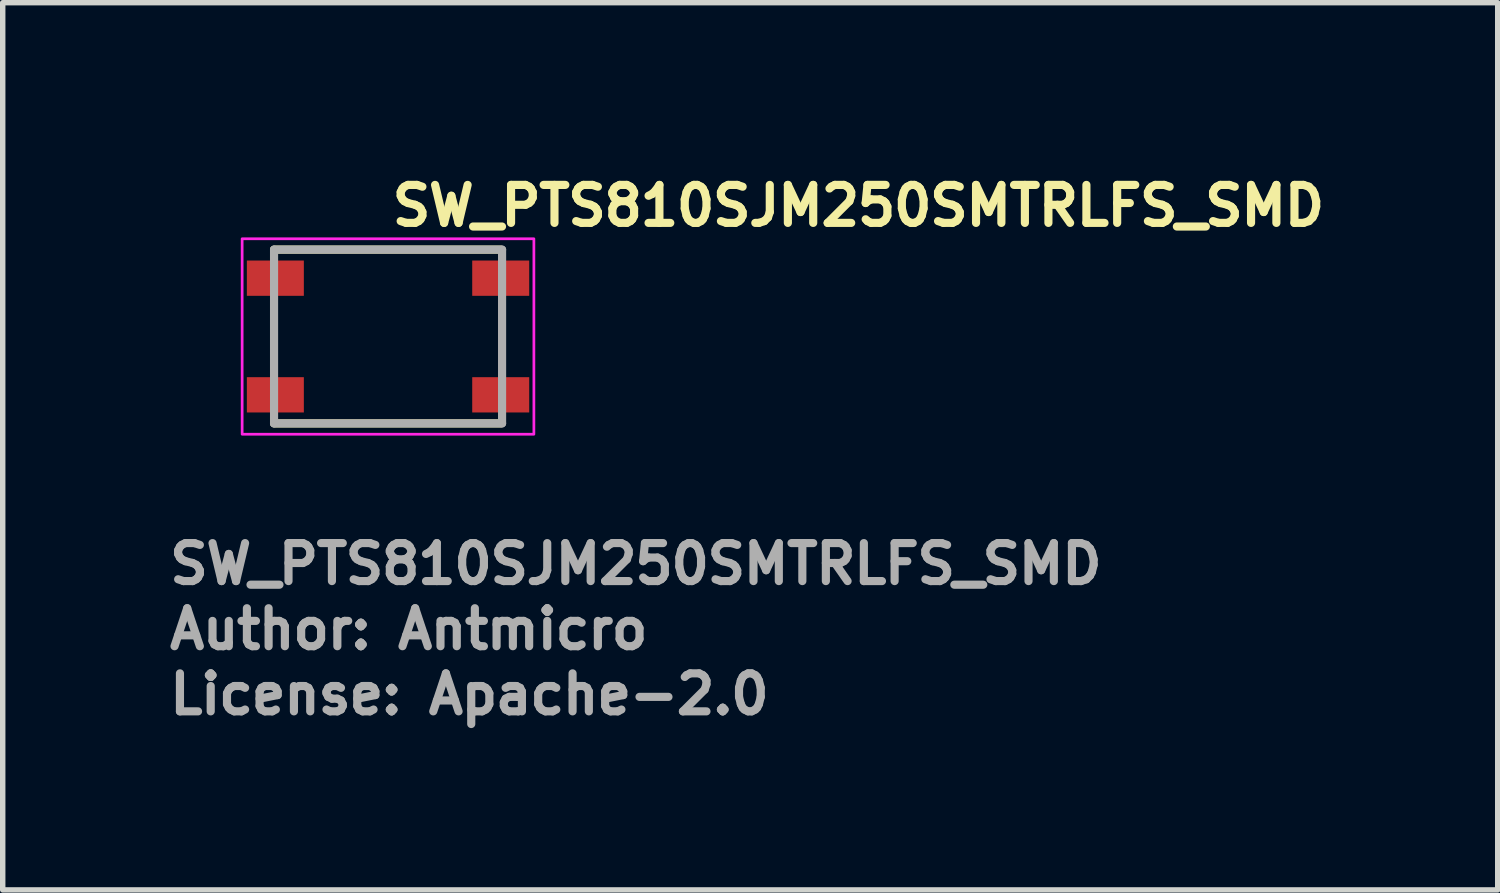
<source format=kicad_pcb>
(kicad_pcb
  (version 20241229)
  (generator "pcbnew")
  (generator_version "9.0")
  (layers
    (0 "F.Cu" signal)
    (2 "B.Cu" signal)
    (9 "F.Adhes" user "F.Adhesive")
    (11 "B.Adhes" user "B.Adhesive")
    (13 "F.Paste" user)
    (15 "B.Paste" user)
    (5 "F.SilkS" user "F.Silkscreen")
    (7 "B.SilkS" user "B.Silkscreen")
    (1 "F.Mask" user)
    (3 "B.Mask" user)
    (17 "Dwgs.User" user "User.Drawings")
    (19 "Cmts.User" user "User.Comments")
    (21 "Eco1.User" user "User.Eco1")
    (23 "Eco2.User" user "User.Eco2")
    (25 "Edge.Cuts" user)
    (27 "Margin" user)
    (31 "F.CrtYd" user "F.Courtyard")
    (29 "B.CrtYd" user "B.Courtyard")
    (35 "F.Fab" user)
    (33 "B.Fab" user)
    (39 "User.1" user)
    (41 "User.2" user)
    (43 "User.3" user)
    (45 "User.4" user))
  (footprint "SW_PTS810SJM250SMTRLFS_SMD"
    (layer "F.Cu")
    (at 4.1 3.15)
    (property "Reference" "SW_PTS810SJM250SMTRLFS_SMD" (at 0 -2 0) (layer "F.SilkS") (effects (font (size 0.7 0.7) (thickness 0.15)) (justify left bottom)))
    (attr smd)
    (fp_line (start -2.101 -1.601) (end 2.075 -1.601) (stroke (width 0.15) (type solid)) (layer "F.SilkS"))
    (fp_line (start -2.101 1.6) (end 2.075 1.6) (stroke (width 0.15) (type solid)) (layer "F.SilkS"))
    (fp_rect (start -2.689 -1.801) (end 2.686 1.8) (stroke (width 0.05) (type solid)) (fill no) (layer "F.CrtYd"))
    (fp_line (start -2.101 -1.601) (end 2.1 -1.601) (stroke (width 0.15) (type solid)) (layer "F.Fab"))
    (fp_line (start -2.101 1.6) (end -2.101 -1.601) (stroke (width 0.15) (type solid)) (layer "F.Fab"))
    (fp_line (start 2.1 -1.601) (end 2.1 1.6) (stroke (width 0.15) (type solid)) (layer "F.Fab"))
    (fp_line (start 2.1 1.6) (end -2.101 1.6) (stroke (width 0.15) (type solid)) (layer "F.Fab"))
    (fp_rect (start -2.289 -1.601) (end 2.286 1.6) (stroke (width 0.1) (type solid)) (fill no) (layer "User.5"))
    (fp_line (start -2.289 -1.351) (end -2.289 -0.802) (stroke (width 0.02) (type solid)) (layer "User.9"))
    (fp_line (start -2.289 -1.351) (end -2.191 -1.351) (stroke (width 0.02) (type solid)) (layer "User.9"))
    (fp_line (start -2.289 -0.802) (end -2.191 -0.802) (stroke (width 0.02) (type solid)) (layer "User.9"))
    (fp_line (start -2.289 0.8) (end -2.289 1.35) (stroke (width 0.02) (type solid)) (layer "User.9"))
    (fp_line (start -2.289 0.8) (end -2.191 0.8) (stroke (width 0.02) (type solid)) (layer "User.9"))
    (fp_line (start -2.289 1.35) (end -2.191 1.35) (stroke (width 0.02) (type solid)) (layer "User.9"))
    (fp_line (start -2.191 -0.802) (end -2.191 -1.351) (stroke (width 0.02) (type solid)) (layer "User.9"))
    (fp_line (start -2.191 -0.802) (end -2.101 -0.802) (stroke (width 0.02) (type solid)) (layer "User.9"))
    (fp_line (start -2.191 1.35) (end -2.191 0.8) (stroke (width 0.02) (type solid)) (layer "User.9"))
    (fp_line (start -2.191 1.35) (end -2.101 1.35) (stroke (width 0.02) (type solid)) (layer "User.9"))
    (fp_line (start -2.101 -1.412) (end -2.1 -1.422) (stroke (width 0.02) (type solid)) (layer "User.9"))
    (fp_line (start -2.101 -1.401) (end -2.101 -1.412) (stroke (width 0.02) (type solid)) (layer "User.9"))
    (fp_line (start -2.101 -1.401) (end -2.101 -0.402) (stroke (width 0.02) (type solid)) (layer "User.9"))
    (fp_line (start -2.101 -1.351) (end -2.191 -1.351) (stroke (width 0.02) (type solid)) (layer "User.9"))
    (fp_line (start -2.101 -0.402) (end -2.101 0.4) (stroke (width 0.02) (type solid)) (layer "User.9"))
    (fp_line (start -2.101 0.4) (end -2.101 1.398) (stroke (width 0.02) (type solid)) (layer "User.9"))
    (fp_line (start -2.101 0.4) (end -0.902 1.6) (stroke (width 0.02) (type solid)) (layer "User.9"))
    (fp_line (start -2.101 0.8) (end -2.191 0.8) (stroke (width 0.02) (type solid)) (layer "User.9"))
    (fp_line (start -2.101 1.409) (end -2.101 1.398) (stroke (width 0.02) (type solid)) (layer "User.9"))
    (fp_line (start -2.1 -1.422) (end -2.098 -1.432) (stroke (width 0.02) (type solid)) (layer "User.9"))
    (fp_line (start -2.1 1.419) (end -2.101 1.409) (stroke (width 0.02) (type solid)) (layer "User.9"))
    (fp_line (start -2.098 -1.432) (end -2.097 -1.442) (stroke (width 0.02) (type solid)) (layer "User.9"))
    (fp_line (start -2.098 1.429) (end -2.1 1.419) (stroke (width 0.02) (type solid)) (layer "User.9"))
    (fp_line (start -2.097 -1.442) (end -2.094 -1.45) (stroke (width 0.02) (type solid)) (layer "User.9"))
    (fp_line (start -2.097 1.439) (end -2.098 1.429) (stroke (width 0.02) (type solid)) (layer "User.9"))
    (fp_line (start -2.094 -1.45) (end -2.093 -1.46) (stroke (width 0.02) (type solid)) (layer "User.9"))
    (fp_line (start -2.094 1.449) (end -2.097 1.439) (stroke (width 0.02) (type solid)) (layer "User.9"))
    (fp_line (start -2.093 -1.46) (end -2.089 -1.47) (stroke (width 0.02) (type solid)) (layer "User.9"))
    (fp_line (start -2.093 1.459) (end -2.094 1.449) (stroke (width 0.02) (type solid)) (layer "User.9"))
    (fp_line (start -2.089 -1.47) (end -2.085 -1.478) (stroke (width 0.02) (type solid)) (layer "User.9"))
    (fp_line (start -2.089 1.467) (end -2.093 1.459) (stroke (width 0.02) (type solid)) (layer "User.9"))
    (fp_line (start -2.085 -1.478) (end -2.081 -1.488) (stroke (width 0.02) (type solid)) (layer "User.9"))
    (fp_line (start -2.085 1.477) (end -2.089 1.467) (stroke (width 0.02) (type solid)) (layer "User.9"))
    (fp_line (start -2.081 -1.488) (end -2.077 -1.496) (stroke (width 0.02) (type solid)) (layer "User.9"))
    (fp_line (start -2.081 1.485) (end -2.085 1.477) (stroke (width 0.02) (type solid)) (layer "User.9"))
    (fp_line (start -2.077 -1.496) (end -2.073 -1.504) (stroke (width 0.02) (type solid)) (layer "User.9"))
    (fp_line (start -2.077 1.495) (end -2.081 1.485) (stroke (width 0.02) (type solid)) (layer "User.9"))
    (fp_line (start -2.073 -1.504) (end -2.066 -1.512) (stroke (width 0.02) (type solid)) (layer "User.9"))
    (fp_line (start -2.073 1.503) (end -2.077 1.495) (stroke (width 0.02) (type solid)) (layer "User.9"))
    (fp_line (start -2.066 -1.512) (end -2.061 -1.52) (stroke (width 0.02) (type solid)) (layer "User.9"))
    (fp_line (start -2.066 1.511) (end -2.073 1.503) (stroke (width 0.02) (type solid)) (layer "User.9"))
    (fp_line (start -2.061 -1.52) (end -2.056 -1.528) (stroke (width 0.02) (type solid)) (layer "User.9"))
    (fp_line (start -2.061 1.519) (end -2.066 1.511) (stroke (width 0.02) (type solid)) (layer "User.9"))
    (fp_line (start -2.056 -1.528) (end -2.049 -1.536) (stroke (width 0.02) (type solid)) (layer "User.9"))
    (fp_line (start -2.056 1.527) (end -2.061 1.519) (stroke (width 0.02) (type solid)) (layer "User.9"))
    (fp_line (start -2.05 0.45) (end -2.05 -0.452) (stroke (width 0.02) (type solid)) (layer "User.9"))
    (fp_line (start -2.049 -1.536) (end -2.043 -1.543) (stroke (width 0.02) (type solid)) (layer "User.9"))
    (fp_line (start -2.049 1.533) (end -2.056 1.527) (stroke (width 0.02) (type solid)) (layer "User.9"))
    (fp_line (start -2.043 -1.543) (end -2.036 -1.549) (stroke (width 0.02) (type solid)) (layer "User.9"))
    (fp_line (start -2.043 1.54) (end -2.049 1.533) (stroke (width 0.02) (type solid)) (layer "User.9"))
    (fp_line (start -2.036 -1.549) (end -2.028 -1.555) (stroke (width 0.02) (type solid)) (layer "User.9"))
    (fp_line (start -2.036 1.548) (end -2.043 1.54) (stroke (width 0.02) (type solid)) (layer "User.9"))
    (fp_line (start -2.028 -1.555) (end -2.02 -1.561) (stroke (width 0.02) (type solid)) (layer "User.9"))
    (fp_line (start -2.028 1.554) (end -2.036 1.548) (stroke (width 0.02) (type solid)) (layer "User.9"))
    (fp_line (start -2.02 -1.561) (end -2.012 -1.567) (stroke (width 0.02) (type solid)) (layer "User.9"))
    (fp_line (start -2.02 1.56) (end -2.028 1.554) (stroke (width 0.02) (type solid)) (layer "User.9"))
    (fp_line (start -2.012 -1.567) (end -2.004 -1.573) (stroke (width 0.02) (type solid)) (layer "User.9"))
    (fp_line (start -2.012 1.564) (end -2.02 1.56) (stroke (width 0.02) (type solid)) (layer "User.9"))
    (fp_line (start -2.004 -1.573) (end -1.996 -1.577) (stroke (width 0.02) (type solid)) (layer "User.9"))
    (fp_line (start -2.004 1.57) (end -2.012 1.564) (stroke (width 0.02) (type solid)) (layer "User.9"))
    (fp_line (start -1.996 -1.577) (end -1.988 -1.581) (stroke (width 0.02) (type solid)) (layer "User.9"))
    (fp_line (start -1.996 1.574) (end -2.004 1.57) (stroke (width 0.02) (type solid)) (layer "User.9"))
    (fp_line (start -1.988 -1.581) (end -1.978 -1.585) (stroke (width 0.02) (type solid)) (layer "User.9"))
    (fp_line (start -1.988 1.58) (end -1.996 1.574) (stroke (width 0.02) (type solid)) (layer "User.9"))
    (fp_line (start -1.978 -1.585) (end -1.97 -1.589) (stroke (width 0.02) (type solid)) (layer "User.9"))
    (fp_line (start -1.978 1.584) (end -1.988 1.58) (stroke (width 0.02) (type solid)) (layer "User.9"))
    (fp_line (start -1.97 -1.589) (end -1.96 -1.593) (stroke (width 0.02) (type solid)) (layer "User.9"))
    (fp_line (start -1.97 1.586) (end -1.978 1.584) (stroke (width 0.02) (type solid)) (layer "User.9"))
    (fp_line (start -1.96 -1.593) (end -1.95 -1.595) (stroke (width 0.02) (type solid)) (layer "User.9"))
    (fp_line (start -1.96 1.59) (end -1.97 1.586) (stroke (width 0.02) (type solid)) (layer "User.9"))
    (fp_line (start -1.95 -1.595) (end -1.942 -1.597) (stroke (width 0.02) (type solid)) (layer "User.9"))
    (fp_line (start -1.95 1.592) (end -1.96 1.59) (stroke (width 0.02) (type solid)) (layer "User.9"))
    (fp_line (start -1.942 -1.597) (end -1.932 -1.599) (stroke (width 0.02) (type solid)) (layer "User.9"))
    (fp_line (start -1.942 1.594) (end -1.95 1.592) (stroke (width 0.02) (type solid)) (layer "User.9"))
    (fp_line (start -1.932 -1.599) (end -1.922 -1.599) (stroke (width 0.02) (type solid)) (layer "User.9"))
    (fp_line (start -1.932 1.596) (end -1.942 1.594) (stroke (width 0.02) (type solid)) (layer "User.9"))
    (fp_line (start -1.922 -1.599) (end -1.911 -1.601) (stroke (width 0.02) (type solid)) (layer "User.9"))
    (fp_line (start -1.922 1.598) (end -1.932 1.596) (stroke (width 0.02) (type solid)) (layer "User.9"))
    (fp_line (start -1.911 -1.601) (end -1.901 -1.601) (stroke (width 0.02) (type solid)) (layer "User.9"))
    (fp_line (start -1.911 1.598) (end -1.922 1.598) (stroke (width 0.02) (type solid)) (layer "User.9"))
    (fp_line (start -1.901 1.6) (end -1.911 1.598) (stroke (width 0.02) (type solid)) (layer "User.9"))
    (fp_line (start -1.901 1.6) (end -0.902 1.6) (stroke (width 0.02) (type solid)) (layer "User.9"))
    (fp_line (start -1.601 0) (end -1.599 0.076) (stroke (width 0.02) (type solid)) (layer "User.9"))
    (fp_line (start -1.599 -0.078) (end -1.601 0) (stroke (width 0.02) (type solid)) (layer "User.9"))
    (fp_line (start -1.599 0.076) (end -1.591 0.154) (stroke (width 0.02) (type solid)) (layer "User.9"))
    (fp_line (start -1.591 -0.156) (end -1.599 -0.078) (stroke (width 0.02) (type solid)) (layer "User.9"))
    (fp_line (start -1.591 0.154) (end -1.579 0.231) (stroke (width 0.02) (type solid)) (layer "User.9"))
    (fp_line (start -1.579 -0.233) (end -1.591 -0.156) (stroke (width 0.02) (type solid)) (layer "User.9"))
    (fp_line (start -1.579 0.231) (end -1.561 0.307) (stroke (width 0.02) (type solid)) (layer "User.9"))
    (fp_line (start -1.561 -0.309) (end -1.579 -0.233) (stroke (width 0.02) (type solid)) (layer "User.9"))
    (fp_line (start -1.561 0.307) (end -1.539 0.382) (stroke (width 0.02) (type solid)) (layer "User.9"))
    (fp_line (start -1.539 -0.384) (end -1.561 -0.309) (stroke (width 0.02) (type solid)) (layer "User.9"))
    (fp_line (start -1.539 0.382) (end -1.51 0.457) (stroke (width 0.02) (type solid)) (layer "User.9"))
    (fp_line (start -1.51 -0.459) (end -1.539 -0.384) (stroke (width 0.02) (type solid)) (layer "User.9"))
    (fp_line (start -1.51 0.457) (end -1.478 0.529) (stroke (width 0.02) (type solid)) (layer "User.9"))
    (fp_line (start -1.5 0) (end -1.498 -0.073) (stroke (width 0.02) (type solid)) (layer "User.9"))
    (fp_line (start -1.498 -0.073) (end -1.492 -0.144) (stroke (width 0.02) (type solid)) (layer "User.9"))
    (fp_line (start -1.498 0.071) (end -1.5 0) (stroke (width 0.02) (type solid)) (layer "User.9"))
    (fp_line (start -1.492 -0.144) (end -1.48 -0.213) (stroke (width 0.02) (type solid)) (layer "User.9"))
    (fp_line (start -1.492 0.142) (end -1.498 0.071) (stroke (width 0.02) (type solid)) (layer "User.9"))
    (fp_line (start -1.48 -0.213) (end -1.464 -0.284) (stroke (width 0.02) (type solid)) (layer "User.9"))
    (fp_line (start -1.48 0.211) (end -1.492 0.142) (stroke (width 0.02) (type solid)) (layer "User.9"))
    (fp_line (start -1.478 -0.531) (end -1.51 -0.459) (stroke (width 0.02) (type solid)) (layer "User.9"))
    (fp_line (start -1.478 0.529) (end -1.44 0.598) (stroke (width 0.02) (type solid)) (layer "User.9"))
    (fp_line (start -1.464 -0.284) (end -1.444 -0.352) (stroke (width 0.02) (type solid)) (layer "User.9"))
    (fp_line (start -1.464 0.282) (end -1.48 0.211) (stroke (width 0.02) (type solid)) (layer "User.9"))
    (fp_line (start -1.444 -0.352) (end -1.418 -0.419) (stroke (width 0.02) (type solid)) (layer "User.9"))
    (fp_line (start -1.444 0.351) (end -1.464 0.282) (stroke (width 0.02) (type solid)) (layer "User.9"))
    (fp_line (start -1.44 -0.6) (end -1.478 -0.531) (stroke (width 0.02) (type solid)) (layer "User.9"))
    (fp_line (start -1.44 -0.6) (end -1.44 -0.6) (stroke (width 0.02) (type solid)) (layer "User.9"))
    (fp_line (start -1.44 0.598) (end -1.44 0.598) (stroke (width 0.02) (type solid)) (layer "User.9"))
    (fp_line (start -1.44 0.598) (end -1.42 0.633) (stroke (width 0.02) (type solid)) (layer "User.9"))
    (fp_line (start -1.42 0.633) (end -1.397 0.667) (stroke (width 0.02) (type solid)) (layer "User.9"))
    (fp_line (start -1.418 -0.419) (end -1.389 -0.486) (stroke (width 0.02) (type solid)) (layer "User.9"))
    (fp_line (start -1.418 0.417) (end -1.444 0.351) (stroke (width 0.02) (type solid)) (layer "User.9"))
    (fp_line (start -1.397 -0.669) (end -1.44 -0.6) (stroke (width 0.02) (type solid)) (layer "User.9"))
    (fp_line (start -1.397 0.667) (end -1.375 0.7) (stroke (width 0.02) (type solid)) (layer "User.9"))
    (fp_line (start -1.389 -0.486) (end -1.353 -0.552) (stroke (width 0.02) (type solid)) (layer "User.9"))
    (fp_line (start -1.389 0.484) (end -1.418 0.417) (stroke (width 0.02) (type solid)) (layer "User.9"))
    (fp_line (start -1.375 0.7) (end -1.351 0.731) (stroke (width 0.02) (type solid)) (layer "User.9"))
    (fp_line (start -1.353 -0.552) (end -1.353 -0.552) (stroke (width 0.02) (type solid)) (layer "User.9"))
    (fp_line (start -1.353 -0.552) (end -1.335 -0.582) (stroke (width 0.02) (type solid)) (layer "User.9"))
    (fp_line (start -1.353 0.55) (end -1.389 0.484) (stroke (width 0.02) (type solid)) (layer "User.9"))
    (fp_line (start -1.353 0.55) (end -1.353 0.55) (stroke (width 0.02) (type solid)) (layer "User.9"))
    (fp_line (start -1.351 -0.733) (end -1.397 -0.669) (stroke (width 0.02) (type solid)) (layer "User.9"))
    (fp_line (start -1.351 0.731) (end -1.327 0.762) (stroke (width 0.02) (type solid)) (layer "User.9"))
    (fp_line (start -1.335 -0.582) (end -1.315 -0.613) (stroke (width 0.02) (type solid)) (layer "User.9"))
    (fp_line (start -1.327 0.762) (end -1.301 0.793) (stroke (width 0.02) (type solid)) (layer "User.9"))
    (fp_line (start -1.315 -0.613) (end -1.295 -0.644) (stroke (width 0.02) (type solid)) (layer "User.9"))
    (fp_line (start -1.315 0.611) (end -1.353 0.55) (stroke (width 0.02) (type solid)) (layer "User.9"))
    (fp_line (start -1.301 -0.795) (end -1.351 -0.733) (stroke (width 0.02) (type solid)) (layer "User.9"))
    (fp_line (start -1.301 0.793) (end -1.276 0.822) (stroke (width 0.02) (type solid)) (layer "User.9"))
    (fp_line (start -1.295 -0.644) (end -1.272 -0.673) (stroke (width 0.02) (type solid)) (layer "User.9"))
    (fp_line (start -1.276 0.822) (end -1.248 0.849) (stroke (width 0.02) (type solid)) (layer "User.9"))
    (fp_line (start -1.272 -0.673) (end -1.25 -0.701) (stroke (width 0.02) (type solid)) (layer "User.9"))
    (fp_line (start -1.272 0.671) (end -1.315 0.611) (stroke (width 0.02) (type solid)) (layer "User.9"))
    (fp_line (start -1.25 -0.701) (end -1.226 -0.728) (stroke (width 0.02) (type solid)) (layer "User.9"))
    (fp_line (start -1.248 -0.851) (end -1.301 -0.795) (stroke (width 0.02) (type solid)) (layer "User.9"))
    (fp_line (start -1.248 0.849) (end -1.22 0.876) (stroke (width 0.02) (type solid)) (layer "User.9"))
    (fp_line (start -1.226 -0.728) (end -1.202 -0.754) (stroke (width 0.02) (type solid)) (layer "User.9"))
    (fp_line (start -1.226 0.726) (end -1.272 0.671) (stroke (width 0.02) (type solid)) (layer "User.9"))
    (fp_line (start -1.22 0.876) (end -1.19 0.903) (stroke (width 0.02) (type solid)) (layer "User.9"))
    (fp_line (start -1.202 -0.754) (end -1.178 -0.781) (stroke (width 0.02) (type solid)) (layer "User.9"))
    (fp_line (start -1.19 -0.905) (end -1.248 -0.851) (stroke (width 0.02) (type solid)) (layer "User.9"))
    (fp_line (start -1.19 0.903) (end -1.16 0.928) (stroke (width 0.02) (type solid)) (layer "User.9"))
    (fp_line (start -1.178 -0.781) (end -1.151 -0.806) (stroke (width 0.02) (type solid)) (layer "User.9"))
    (fp_line (start -1.178 0.779) (end -1.226 0.726) (stroke (width 0.02) (type solid)) (layer "User.9"))
    (fp_line (start -1.16 0.928) (end -1.131 0.953) (stroke (width 0.02) (type solid)) (layer "User.9"))
    (fp_line (start -1.151 -0.806) (end -1.125 -0.83) (stroke (width 0.02) (type solid)) (layer "User.9"))
    (fp_line (start -1.131 -0.955) (end -1.19 -0.905) (stroke (width 0.02) (type solid)) (layer "User.9"))
    (fp_line (start -1.131 0.953) (end -1.099 0.975) (stroke (width 0.02) (type solid)) (layer "User.9"))
    (fp_line (start -1.125 -0.83) (end -1.097 -0.852) (stroke (width 0.02) (type solid)) (layer "User.9"))
    (fp_line (start -1.125 0.828) (end -1.178 0.779) (stroke (width 0.02) (type solid)) (layer "User.9"))
    (fp_line (start -1.099 0.975) (end -1.067 0.997) (stroke (width 0.02) (type solid)) (layer "User.9"))
    (fp_line (start -1.097 -0.852) (end -1.069 -0.874) (stroke (width 0.02) (type solid)) (layer "User.9"))
    (fp_line (start -1.069 -0.874) (end -1.041 -0.895) (stroke (width 0.02) (type solid)) (layer "User.9"))
    (fp_line (start -1.069 0.872) (end -1.125 0.828) (stroke (width 0.02) (type solid)) (layer "User.9"))
    (fp_line (start -1.067 -0.999) (end -1.131 -0.955) (stroke (width 0.02) (type solid)) (layer "User.9"))
    (fp_line (start -1.067 0.997) (end -1.035 1.019) (stroke (width 0.02) (type solid)) (layer "User.9"))
    (fp_line (start -1.041 -0.895) (end -1.012 -0.917) (stroke (width 0.02) (type solid)) (layer "User.9"))
    (fp_line (start -1.035 1.019) (end -1 1.038) (stroke (width 0.02) (type solid)) (layer "User.9"))
    (fp_line (start -1.012 -0.917) (end -0.981 -0.936) (stroke (width 0.02) (type solid)) (layer "User.9"))
    (fp_line (start -1.012 0.915) (end -1.069 0.872) (stroke (width 0.02) (type solid)) (layer "User.9"))
    (fp_line (start -1 -1.041) (end -1.067 -0.999) (stroke (width 0.02) (type solid)) (layer "User.9"))
    (fp_line (start -1 1.038) (end -0.967 1.058) (stroke (width 0.02) (type solid)) (layer "User.9"))
    (fp_line (start -0.981 -0.936) (end -0.951 -0.954) (stroke (width 0.02) (type solid)) (layer "User.9"))
    (fp_line (start -0.967 1.058) (end -0.933 1.074) (stroke (width 0.02) (type solid)) (layer "User.9"))
    (fp_line (start -0.951 -1.551) (end 0.949 -1.551) (stroke (width 0.02) (type solid)) (layer "User.9"))
    (fp_line (start -0.951 -0.954) (end -0.92 -0.97) (stroke (width 0.02) (type solid)) (layer "User.9"))
    (fp_line (start -0.951 0.952) (end -1.012 0.915) (stroke (width 0.02) (type solid)) (layer "User.9"))
    (fp_line (start -0.933 -1.077) (end -1 -1.041) (stroke (width 0.02) (type solid)) (layer "User.9"))
    (fp_line (start -0.933 1.074) (end -0.898 1.092) (stroke (width 0.02) (type solid)) (layer "User.9"))
    (fp_line (start -0.92 -0.97) (end -0.888 -0.987) (stroke (width 0.02) (type solid)) (layer "User.9"))
    (fp_line (start -0.902 -1.601) (end -2.101 -0.402) (stroke (width 0.02) (type solid)) (layer "User.9"))
    (fp_line (start -0.902 -1.601) (end -1.901 -1.601) (stroke (width 0.02) (type solid)) (layer "User.9"))
    (fp_line (start -0.902 1.6) (end 0.9 1.6) (stroke (width 0.02) (type solid)) (layer "User.9"))
    (fp_line (start -0.898 1.092) (end -0.861 1.108) (stroke (width 0.02) (type solid)) (layer "User.9"))
    (fp_line (start -0.888 -0.987) (end -0.856 -1.002) (stroke (width 0.02) (type solid)) (layer "User.9"))
    (fp_line (start -0.888 0.985) (end -0.951 0.952) (stroke (width 0.02) (type solid)) (layer "User.9"))
    (fp_line (start -0.861 -1.109) (end -0.933 -1.077) (stroke (width 0.02) (type solid)) (layer "User.9"))
    (fp_line (start -0.861 1.108) (end -0.826 1.122) (stroke (width 0.02) (type solid)) (layer "User.9"))
    (fp_line (start -0.856 -1.002) (end -0.824 -1.016) (stroke (width 0.02) (type solid)) (layer "User.9"))
    (fp_line (start -0.826 1.122) (end -0.789 1.134) (stroke (width 0.02) (type solid)) (layer "User.9"))
    (fp_line (start -0.824 -1.016) (end -0.791 -1.029) (stroke (width 0.02) (type solid)) (layer "User.9"))
    (fp_line (start -0.824 1.015) (end -0.888 0.985) (stroke (width 0.02) (type solid)) (layer "User.9"))
    (fp_line (start -0.791 -1.029) (end -0.756 -1.041) (stroke (width 0.02) (type solid)) (layer "User.9"))
    (fp_line (start -0.789 -1.137) (end -0.861 -1.109) (stroke (width 0.02) (type solid)) (layer "User.9"))
    (fp_line (start -0.789 1.134) (end -0.751 1.146) (stroke (width 0.02) (type solid)) (layer "User.9"))
    (fp_line (start -0.756 -1.041) (end -0.722 -1.053) (stroke (width 0.02) (type solid)) (layer "User.9"))
    (fp_line (start -0.756 1.04) (end -0.824 1.015) (stroke (width 0.02) (type solid)) (layer "User.9"))
    (fp_line (start -0.751 1.146) (end -0.714 1.157) (stroke (width 0.02) (type solid)) (layer "User.9"))
    (fp_line (start -0.722 -1.053) (end -0.689 -1.063) (stroke (width 0.02) (type solid)) (layer "User.9"))
    (fp_line (start -0.714 -1.16) (end -0.789 -1.137) (stroke (width 0.02) (type solid)) (layer "User.9"))
    (fp_line (start -0.714 1.157) (end -0.677 1.167) (stroke (width 0.02) (type solid)) (layer "User.9"))
    (fp_line (start -0.689 -1.063) (end -0.654 -1.071) (stroke (width 0.02) (type solid)) (layer "User.9"))
    (fp_line (start -0.689 1.06) (end -0.756 1.04) (stroke (width 0.02) (type solid)) (layer "User.9"))
    (fp_line (start -0.677 1.167) (end -0.637 1.175) (stroke (width 0.02) (type solid)) (layer "User.9"))
    (fp_line (start -0.654 -1.071) (end -0.618 -1.079) (stroke (width 0.02) (type solid)) (layer "User.9"))
    (fp_line (start -0.637 -1.178) (end -0.714 -1.16) (stroke (width 0.02) (type solid)) (layer "User.9"))
    (fp_line (start -0.637 1.175) (end -0.599 1.183) (stroke (width 0.02) (type solid)) (layer "User.9"))
    (fp_line (start -0.618 -1.079) (end -0.582 -1.085) (stroke (width 0.02) (type solid)) (layer "User.9"))
    (fp_line (start -0.618 1.078) (end -0.689 1.06) (stroke (width 0.02) (type solid)) (layer "User.9"))
    (fp_line (start -0.599 1.183) (end -0.56 1.189) (stroke (width 0.02) (type solid)) (layer "User.9"))
    (fp_line (start -0.582 -1.085) (end -0.547 -1.091) (stroke (width 0.02) (type solid)) (layer "User.9"))
    (fp_line (start -0.56 -1.19) (end -0.637 -1.178) (stroke (width 0.02) (type solid)) (layer "User.9"))
    (fp_line (start -0.56 1.189) (end -0.521 1.193) (stroke (width 0.02) (type solid)) (layer "User.9"))
    (fp_line (start -0.547 -1.091) (end -0.51 -1.095) (stroke (width 0.02) (type solid)) (layer "User.9"))
    (fp_line (start -0.547 1.09) (end -0.618 1.078) (stroke (width 0.02) (type solid)) (layer "User.9"))
    (fp_line (start -0.521 1.193) (end -0.48 1.197) (stroke (width 0.02) (type solid)) (layer "User.9"))
    (fp_line (start -0.51 -1.095) (end -0.475 -1.099) (stroke (width 0.02) (type solid)) (layer "User.9"))
    (fp_line (start -0.48 -1.198) (end -0.56 -1.19) (stroke (width 0.02) (type solid)) (layer "User.9"))
    (fp_line (start -0.48 1.197) (end -0.441 1.199) (stroke (width 0.02) (type solid)) (layer "User.9"))
    (fp_line (start -0.475 -1.099) (end -0.437 -1.101) (stroke (width 0.02) (type solid)) (layer "User.9"))
    (fp_line (start -0.475 1.096) (end -0.547 1.09) (stroke (width 0.02) (type solid)) (layer "User.9"))
    (fp_line (start -0.441 1.199) (end -0.402 1.199) (stroke (width 0.02) (type solid)) (layer "User.9"))
    (fp_line (start -0.437 -1.101) (end -0.402 -1.101) (stroke (width 0.02) (type solid)) (layer "User.9"))
    (fp_line (start -0.402 -1.2) (end -0.48 -1.198) (stroke (width 0.02) (type solid)) (layer "User.9"))
    (fp_line (start -0.402 -1.101) (end 0.4 -1.101) (stroke (width 0.02) (type solid)) (layer "User.9"))
    (fp_line (start -0.402 1.1) (end -0.475 1.096) (stroke (width 0.02) (type solid)) (layer "User.9"))
    (fp_line (start -0.402 1.1) (end 0.4 1.1) (stroke (width 0.02) (type solid)) (layer "User.9"))
    (fp_line (start -0.402 1.199) (end 0.4 1.199) (stroke (width 0.02) (type solid)) (layer "User.9"))
    (fp_line (start 0.4 -1.2) (end -0.402 -1.2) (stroke (width 0.02) (type solid)) (layer "User.9"))
    (fp_line (start 0.4 -1.101) (end 0.473 -1.099) (stroke (width 0.02) (type solid)) (layer "User.9"))
    (fp_line (start 0.4 1.1) (end -0.402 1.1) (stroke (width 0.02) (type solid)) (layer "User.9"))
    (fp_line (start 0.4 1.199) (end 0.479 1.197) (stroke (width 0.02) (type solid)) (layer "User.9"))
    (fp_line (start 0.435 1.098) (end 0.4 1.1) (stroke (width 0.02) (type solid)) (layer "User.9"))
    (fp_line (start 0.439 -1.2) (end 0.4 -1.2) (stroke (width 0.02) (type solid)) (layer "User.9"))
    (fp_line (start 0.473 -1.099) (end 0.545 -1.091) (stroke (width 0.02) (type solid)) (layer "User.9"))
    (fp_line (start 0.473 1.096) (end 0.435 1.098) (stroke (width 0.02) (type solid)) (layer "User.9"))
    (fp_line (start 0.479 -1.198) (end 0.439 -1.2) (stroke (width 0.02) (type solid)) (layer "User.9"))
    (fp_line (start 0.479 1.197) (end 0.558 1.189) (stroke (width 0.02) (type solid)) (layer "User.9"))
    (fp_line (start 0.508 1.094) (end 0.473 1.096) (stroke (width 0.02) (type solid)) (layer "User.9"))
    (fp_line (start 0.519 -1.196) (end 0.479 -1.198) (stroke (width 0.02) (type solid)) (layer "User.9"))
    (fp_line (start 0.545 -1.091) (end 0.616 -1.079) (stroke (width 0.02) (type solid)) (layer "User.9"))
    (fp_line (start 0.545 1.09) (end 0.508 1.094) (stroke (width 0.02) (type solid)) (layer "User.9"))
    (fp_line (start 0.558 -1.19) (end 0.519 -1.196) (stroke (width 0.02) (type solid)) (layer "User.9"))
    (fp_line (start 0.558 1.189) (end 0.635 1.175) (stroke (width 0.02) (type solid)) (layer "User.9"))
    (fp_line (start 0.58 1.084) (end 0.545 1.09) (stroke (width 0.02) (type solid)) (layer "User.9"))
    (fp_line (start 0.597 -1.184) (end 0.558 -1.19) (stroke (width 0.02) (type solid)) (layer "User.9"))
    (fp_line (start 0.616 -1.079) (end 0.687 -1.063) (stroke (width 0.02) (type solid)) (layer "User.9"))
    (fp_line (start 0.616 1.078) (end 0.58 1.084) (stroke (width 0.02) (type solid)) (layer "User.9"))
    (fp_line (start 0.635 -1.178) (end 0.597 -1.184) (stroke (width 0.02) (type solid)) (layer "User.9"))
    (fp_line (start 0.635 1.175) (end 0.712 1.157) (stroke (width 0.02) (type solid)) (layer "User.9"))
    (fp_line (start 0.652 1.07) (end 0.616 1.078) (stroke (width 0.02) (type solid)) (layer "User.9"))
    (fp_line (start 0.675 -1.17) (end 0.635 -1.178) (stroke (width 0.02) (type solid)) (layer "User.9"))
    (fp_line (start 0.687 -1.063) (end 0.754 -1.041) (stroke (width 0.02) (type solid)) (layer "User.9"))
    (fp_line (start 0.687 1.06) (end 0.652 1.07) (stroke (width 0.02) (type solid)) (layer "User.9"))
    (fp_line (start 0.712 -1.16) (end 0.675 -1.17) (stroke (width 0.02) (type solid)) (layer "User.9"))
    (fp_line (start 0.712 1.157) (end 0.787 1.134) (stroke (width 0.02) (type solid)) (layer "User.9"))
    (fp_line (start 0.72 1.052) (end 0.687 1.06) (stroke (width 0.02) (type solid)) (layer "User.9"))
    (fp_line (start 0.749 -1.149) (end 0.712 -1.16) (stroke (width 0.02) (type solid)) (layer "User.9"))
    (fp_line (start 0.754 -1.041) (end 0.822 -1.016) (stroke (width 0.02) (type solid)) (layer "User.9"))
    (fp_line (start 0.754 1.04) (end 0.72 1.052) (stroke (width 0.02) (type solid)) (layer "User.9"))
    (fp_line (start 0.787 -1.137) (end 0.749 -1.149) (stroke (width 0.02) (type solid)) (layer "User.9"))
    (fp_line (start 0.787 1.134) (end 0.859 1.108) (stroke (width 0.02) (type solid)) (layer "User.9"))
    (fp_line (start 0.789 1.028) (end 0.754 1.04) (stroke (width 0.02) (type solid)) (layer "User.9"))
    (fp_line (start 0.822 -1.016) (end 0.886 -0.987) (stroke (width 0.02) (type solid)) (layer "User.9"))
    (fp_line (start 0.822 1.015) (end 0.789 1.028) (stroke (width 0.02) (type solid)) (layer "User.9"))
    (fp_line (start 0.824 -1.123) (end 0.787 -1.137) (stroke (width 0.02) (type solid)) (layer "User.9"))
    (fp_line (start 0.854 1.001) (end 0.822 1.015) (stroke (width 0.02) (type solid)) (layer "User.9"))
    (fp_line (start 0.859 -1.109) (end 0.824 -1.123) (stroke (width 0.02) (type solid)) (layer "User.9"))
    (fp_line (start 0.859 1.108) (end 0.931 1.074) (stroke (width 0.02) (type solid)) (layer "User.9"))
    (fp_line (start 0.886 -0.987) (end 0.949 -0.954) (stroke (width 0.02) (type solid)) (layer "User.9"))
    (fp_line (start 0.886 0.985) (end 0.854 1.001) (stroke (width 0.02) (type solid)) (layer "User.9"))
    (fp_line (start 0.896 -1.093) (end 0.859 -1.109) (stroke (width 0.02) (type solid)) (layer "User.9"))
    (fp_line (start 0.9 -1.601) (end -0.902 -1.601) (stroke (width 0.02) (type solid)) (layer "User.9"))
    (fp_line (start 0.9 1.6) (end 1.898 1.6) (stroke (width 0.02) (type solid)) (layer "User.9"))
    (fp_line (start 0.9 1.6) (end 2.1 0.4) (stroke (width 0.02) (type solid)) (layer "User.9"))
    (fp_line (start 0.918 0.968) (end 0.886 0.985) (stroke (width 0.02) (type solid)) (layer "User.9"))
    (fp_line (start 0.931 -1.077) (end 0.896 -1.093) (stroke (width 0.02) (type solid)) (layer "User.9"))
    (fp_line (start 0.931 1.074) (end 0.998 1.038) (stroke (width 0.02) (type solid)) (layer "User.9"))
    (fp_line (start 0.949 -0.954) (end 1.009 -0.917) (stroke (width 0.02) (type solid)) (layer "User.9"))
    (fp_line (start 0.949 0.952) (end 0.918 0.968) (stroke (width 0.02) (type solid)) (layer "User.9"))
    (fp_line (start 0.949 1.55) (end -0.951 1.55) (stroke (width 0.02) (type solid)) (layer "User.9"))
    (fp_line (start 0.965 -1.059) (end 0.931 -1.077) (stroke (width 0.02) (type solid)) (layer "User.9"))
    (fp_line (start 0.979 0.934) (end 0.949 0.952) (stroke (width 0.02) (type solid)) (layer "User.9"))
    (fp_line (start 0.998 -1.041) (end 0.965 -1.059) (stroke (width 0.02) (type solid)) (layer "User.9"))
    (fp_line (start 0.998 1.038) (end 1.064 0.997) (stroke (width 0.02) (type solid)) (layer "User.9"))
    (fp_line (start 1.009 -0.917) (end 1.068 -0.874) (stroke (width 0.02) (type solid)) (layer "User.9"))
    (fp_line (start 1.009 0.915) (end 0.979 0.934) (stroke (width 0.02) (type solid)) (layer "User.9"))
    (fp_line (start 1.032 -1.02) (end 0.998 -1.041) (stroke (width 0.02) (type solid)) (layer "User.9"))
    (fp_line (start 1.038 0.893) (end 1.009 0.915) (stroke (width 0.02) (type solid)) (layer "User.9"))
    (fp_line (start 1.064 -0.999) (end 1.032 -1.02) (stroke (width 0.02) (type solid)) (layer "User.9"))
    (fp_line (start 1.064 0.997) (end 1.128 0.953) (stroke (width 0.02) (type solid)) (layer "User.9"))
    (fp_line (start 1.068 -0.874) (end 1.122 -0.83) (stroke (width 0.02) (type solid)) (layer "User.9"))
    (fp_line (start 1.068 0.872) (end 1.038 0.893) (stroke (width 0.02) (type solid)) (layer "User.9"))
    (fp_line (start 1.096 -0.977) (end 1.064 -0.999) (stroke (width 0.02) (type solid)) (layer "User.9"))
    (fp_line (start 1.096 0.85) (end 1.068 0.872) (stroke (width 0.02) (type solid)) (layer "User.9"))
    (fp_line (start 1.122 -0.83) (end 1.175 -0.781) (stroke (width 0.02) (type solid)) (layer "User.9"))
    (fp_line (start 1.122 0.828) (end 1.096 0.85) (stroke (width 0.02) (type solid)) (layer "User.9"))
    (fp_line (start 1.128 -0.955) (end 1.096 -0.977) (stroke (width 0.02) (type solid)) (layer "User.9"))
    (fp_line (start 1.128 0.953) (end 1.189 0.903) (stroke (width 0.02) (type solid)) (layer "User.9"))
    (fp_line (start 1.15 0.804) (end 1.122 0.828) (stroke (width 0.02) (type solid)) (layer "User.9"))
    (fp_line (start 1.159 -0.93) (end 1.128 -0.955) (stroke (width 0.02) (type solid)) (layer "User.9"))
    (fp_line (start 1.175 -0.781) (end 1.225 -0.728) (stroke (width 0.02) (type solid)) (layer "User.9"))
    (fp_line (start 1.175 0.779) (end 1.15 0.804) (stroke (width 0.02) (type solid)) (layer "User.9"))
    (fp_line (start 1.189 -0.905) (end 1.159 -0.93) (stroke (width 0.02) (type solid)) (layer "User.9"))
    (fp_line (start 1.189 0.903) (end 1.245 0.849) (stroke (width 0.02) (type solid)) (layer "User.9"))
    (fp_line (start 1.201 0.752) (end 1.175 0.779) (stroke (width 0.02) (type solid)) (layer "User.9"))
    (fp_line (start 1.217 -0.878) (end 1.189 -0.905) (stroke (width 0.02) (type solid)) (layer "User.9"))
    (fp_line (start 1.225 -0.728) (end 1.271 -0.673) (stroke (width 0.02) (type solid)) (layer "User.9"))
    (fp_line (start 1.225 0.726) (end 1.201 0.752) (stroke (width 0.02) (type solid)) (layer "User.9"))
    (fp_line (start 1.245 -0.851) (end 1.217 -0.878) (stroke (width 0.02) (type solid)) (layer "User.9"))
    (fp_line (start 1.245 0.849) (end 1.3 0.793) (stroke (width 0.02) (type solid)) (layer "User.9"))
    (fp_line (start 1.247 0.699) (end 1.225 0.726) (stroke (width 0.02) (type solid)) (layer "User.9"))
    (fp_line (start 1.271 -0.673) (end 1.312 -0.613) (stroke (width 0.02) (type solid)) (layer "User.9"))
    (fp_line (start 1.271 0.671) (end 1.247 0.699) (stroke (width 0.02) (type solid)) (layer "User.9"))
    (fp_line (start 1.273 -0.824) (end 1.245 -0.851) (stroke (width 0.02) (type solid)) (layer "User.9"))
    (fp_line (start 1.292 0.642) (end 1.271 0.671) (stroke (width 0.02) (type solid)) (layer "User.9"))
    (fp_line (start 1.3 -0.795) (end 1.273 -0.824) (stroke (width 0.02) (type solid)) (layer "User.9"))
    (fp_line (start 1.3 0.793) (end 1.35 0.731) (stroke (width 0.02) (type solid)) (layer "User.9"))
    (fp_line (start 1.312 -0.613) (end 1.352 -0.552) (stroke (width 0.02) (type solid)) (layer "User.9"))
    (fp_line (start 1.312 0.611) (end 1.292 0.642) (stroke (width 0.02) (type solid)) (layer "User.9"))
    (fp_line (start 1.326 -0.764) (end 1.3 -0.795) (stroke (width 0.02) (type solid)) (layer "User.9"))
    (fp_line (start 1.332 0.58) (end 1.312 0.611) (stroke (width 0.02) (type solid)) (layer "User.9"))
    (fp_line (start 1.35 -0.733) (end 1.326 -0.764) (stroke (width 0.02) (type solid)) (layer "User.9"))
    (fp_line (start 1.35 0.731) (end 1.396 0.667) (stroke (width 0.02) (type solid)) (layer "User.9"))
    (fp_line (start 1.352 -0.552) (end 1.352 -0.552) (stroke (width 0.02) (type solid)) (layer "User.9"))
    (fp_line (start 1.352 -0.552) (end 1.386 -0.486) (stroke (width 0.02) (type solid)) (layer "User.9"))
    (fp_line (start 1.352 0.55) (end 1.332 0.58) (stroke (width 0.02) (type solid)) (layer "User.9"))
    (fp_line (start 1.352 0.55) (end 1.352 0.55) (stroke (width 0.02) (type solid)) (layer "User.9"))
    (fp_line (start 1.374 -0.702) (end 1.35 -0.733) (stroke (width 0.02) (type solid)) (layer "User.9"))
    (fp_line (start 1.386 -0.486) (end 1.417 -0.419) (stroke (width 0.02) (type solid)) (layer "User.9"))
    (fp_line (start 1.386 0.484) (end 1.352 0.55) (stroke (width 0.02) (type solid)) (layer "User.9"))
    (fp_line (start 1.396 -0.669) (end 1.374 -0.702) (stroke (width 0.02) (type solid)) (layer "User.9"))
    (fp_line (start 1.396 0.667) (end 1.439 0.598) (stroke (width 0.02) (type solid)) (layer "User.9"))
    (fp_line (start 1.417 -0.635) (end 1.396 -0.669) (stroke (width 0.02) (type solid)) (layer "User.9"))
    (fp_line (start 1.417 -0.419) (end 1.441 -0.352) (stroke (width 0.02) (type solid)) (layer "User.9"))
    (fp_line (start 1.417 0.417) (end 1.386 0.484) (stroke (width 0.02) (type solid)) (layer "User.9"))
    (fp_line (start 1.439 -0.6) (end 1.417 -0.635) (stroke (width 0.02) (type solid)) (layer "User.9"))
    (fp_line (start 1.439 -0.6) (end 1.439 -0.6) (stroke (width 0.02) (type solid)) (layer "User.9"))
    (fp_line (start 1.439 0.598) (end 1.439 0.598) (stroke (width 0.02) (type solid)) (layer "User.9"))
    (fp_line (start 1.439 0.598) (end 1.475 0.529) (stroke (width 0.02) (type solid)) (layer "User.9"))
    (fp_line (start 1.441 -0.352) (end 1.463 -0.284) (stroke (width 0.02) (type solid)) (layer "User.9"))
    (fp_line (start 1.441 0.351) (end 1.417 0.417) (stroke (width 0.02) (type solid)) (layer "User.9"))
    (fp_line (start 1.463 -0.284) (end 1.479 -0.213) (stroke (width 0.02) (type solid)) (layer "User.9"))
    (fp_line (start 1.463 0.282) (end 1.441 0.351) (stroke (width 0.02) (type solid)) (layer "User.9"))
    (fp_line (start 1.475 -0.531) (end 1.439 -0.6) (stroke (width 0.02) (type solid)) (layer "User.9"))
    (fp_line (start 1.475 0.529) (end 1.509 0.457) (stroke (width 0.02) (type solid)) (layer "User.9"))
    (fp_line (start 1.479 -0.213) (end 1.489 -0.144) (stroke (width 0.02) (type solid)) (layer "User.9"))
    (fp_line (start 1.479 0.211) (end 1.463 0.282) (stroke (width 0.02) (type solid)) (layer "User.9"))
    (fp_line (start 1.489 -0.144) (end 1.497 -0.073) (stroke (width 0.02) (type solid)) (layer "User.9"))
    (fp_line (start 1.489 0.142) (end 1.479 0.211) (stroke (width 0.02) (type solid)) (layer "User.9"))
    (fp_line (start 1.497 -0.073) (end 1.499 0) (stroke (width 0.02) (type solid)) (layer "User.9"))
    (fp_line (start 1.497 0.071) (end 1.489 0.142) (stroke (width 0.02) (type solid)) (layer "User.9"))
    (fp_line (start 1.499 0) (end 1.497 0.071) (stroke (width 0.02) (type solid)) (layer "User.9"))
    (fp_line (start 1.509 -0.459) (end 1.475 -0.531) (stroke (width 0.02) (type solid)) (layer "User.9"))
    (fp_line (start 1.509 0.457) (end 1.536 0.382) (stroke (width 0.02) (type solid)) (layer "User.9"))
    (fp_line (start 1.536 -0.384) (end 1.509 -0.459) (stroke (width 0.02) (type solid)) (layer "User.9"))
    (fp_line (start 1.536 0.382) (end 1.558 0.307) (stroke (width 0.02) (type solid)) (layer "User.9"))
    (fp_line (start 1.55 -0.344) (end 1.55 0.342) (stroke (width 0.02) (type solid)) (layer "User.9"))
    (fp_line (start 1.558 -0.309) (end 1.536 -0.384) (stroke (width 0.02) (type solid)) (layer "User.9"))
    (fp_line (start 1.558 0.307) (end 1.576 0.231) (stroke (width 0.02) (type solid)) (layer "User.9"))
    (fp_line (start 1.576 -0.233) (end 1.558 -0.309) (stroke (width 0.02) (type solid)) (layer "User.9"))
    (fp_line (start 1.576 0.231) (end 1.588 0.154) (stroke (width 0.02) (type solid)) (layer "User.9"))
    (fp_line (start 1.588 -0.156) (end 1.576 -0.233) (stroke (width 0.02) (type solid)) (layer "User.9"))
    (fp_line (start 1.588 0.154) (end 1.596 0.076) (stroke (width 0.02) (type solid)) (layer "User.9"))
    (fp_line (start 1.596 -0.078) (end 1.588 -0.156) (stroke (width 0.02) (type solid)) (layer "User.9"))
    (fp_line (start 1.596 0.076) (end 1.6 0) (stroke (width 0.02) (type solid)) (layer "User.9"))
    (fp_line (start 1.6 0) (end 1.596 -0.078) (stroke (width 0.02) (type solid)) (layer "User.9"))
    (fp_line (start 1.898 -1.601) (end 0.9 -1.601) (stroke (width 0.02) (type solid)) (layer "User.9"))
    (fp_line (start 1.898 -1.601) (end 1.91 -1.601) (stroke (width 0.02) (type solid)) (layer "User.9"))
    (fp_line (start 1.91 -1.601) (end 1.919 -1.599) (stroke (width 0.02) (type solid)) (layer "User.9"))
    (fp_line (start 1.91 1.598) (end 1.898 1.6) (stroke (width 0.02) (type solid)) (layer "User.9"))
    (fp_line (start 1.919 -1.599) (end 1.929 -1.599) (stroke (width 0.02) (type solid)) (layer "User.9"))
    (fp_line (start 1.919 1.598) (end 1.91 1.598) (stroke (width 0.02) (type solid)) (layer "User.9"))
    (fp_line (start 1.929 -1.599) (end 1.939 -1.597) (stroke (width 0.02) (type solid)) (layer "User.9"))
    (fp_line (start 1.929 1.596) (end 1.919 1.598) (stroke (width 0.02) (type solid)) (layer "User.9"))
    (fp_line (start 1.939 -1.597) (end 1.949 -1.595) (stroke (width 0.02) (type solid)) (layer "User.9"))
    (fp_line (start 1.939 1.594) (end 1.929 1.596) (stroke (width 0.02) (type solid)) (layer "User.9"))
    (fp_line (start 1.949 -1.595) (end 1.959 -1.593) (stroke (width 0.02) (type solid)) (layer "User.9"))
    (fp_line (start 1.949 1.592) (end 1.939 1.594) (stroke (width 0.02) (type solid)) (layer "User.9"))
    (fp_line (start 1.959 -1.593) (end 1.967 -1.589) (stroke (width 0.02) (type solid)) (layer "User.9"))
    (fp_line (start 1.959 1.59) (end 1.949 1.592) (stroke (width 0.02) (type solid)) (layer "User.9"))
    (fp_line (start 1.967 -1.589) (end 1.977 -1.585) (stroke (width 0.02) (type solid)) (layer "User.9"))
    (fp_line (start 1.967 1.586) (end 1.959 1.59) (stroke (width 0.02) (type solid)) (layer "User.9"))
    (fp_line (start 1.977 -1.585) (end 1.985 -1.581) (stroke (width 0.02) (type solid)) (layer "User.9"))
    (fp_line (start 1.977 1.584) (end 1.967 1.586) (stroke (width 0.02) (type solid)) (layer "User.9"))
    (fp_line (start 1.985 -1.581) (end 1.995 -1.577) (stroke (width 0.02) (type solid)) (layer "User.9"))
    (fp_line (start 1.985 1.58) (end 1.977 1.584) (stroke (width 0.02) (type solid)) (layer "User.9"))
    (fp_line (start 1.995 -1.577) (end 2.003 -1.573) (stroke (width 0.02) (type solid)) (layer "User.9"))
    (fp_line (start 1.995 1.574) (end 1.985 1.58) (stroke (width 0.02) (type solid)) (layer "User.9"))
    (fp_line (start 2.003 -1.573) (end 2.011 -1.567) (stroke (width 0.02) (type solid)) (layer "User.9"))
    (fp_line (start 2.003 1.57) (end 1.995 1.574) (stroke (width 0.02) (type solid)) (layer "User.9"))
    (fp_line (start 2.011 -1.567) (end 2.019 -1.561) (stroke (width 0.02) (type solid)) (layer "User.9"))
    (fp_line (start 2.011 1.564) (end 2.003 1.57) (stroke (width 0.02) (type solid)) (layer "User.9"))
    (fp_line (start 2.019 -1.561) (end 2.027 -1.555) (stroke (width 0.02) (type solid)) (layer "User.9"))
    (fp_line (start 2.019 1.56) (end 2.011 1.564) (stroke (width 0.02) (type solid)) (layer "User.9"))
    (fp_line (start 2.027 -1.555) (end 2.034 -1.549) (stroke (width 0.02) (type solid)) (layer "User.9"))
    (fp_line (start 2.027 1.554) (end 2.019 1.56) (stroke (width 0.02) (type solid)) (layer "User.9"))
    (fp_line (start 2.034 -1.549) (end 2.04 -1.543) (stroke (width 0.02) (type solid)) (layer "User.9"))
    (fp_line (start 2.034 1.548) (end 2.027 1.554) (stroke (width 0.02) (type solid)) (layer "User.9"))
    (fp_line (start 2.04 -1.543) (end 2.048 -1.536) (stroke (width 0.02) (type solid)) (layer "User.9"))
    (fp_line (start 2.04 1.54) (end 2.034 1.548) (stroke (width 0.02) (type solid)) (layer "User.9"))
    (fp_line (start 2.048 -1.536) (end 2.053 -1.528) (stroke (width 0.02) (type solid)) (layer "User.9"))
    (fp_line (start 2.048 -0.452) (end 2.048 0.45) (stroke (width 0.02) (type solid)) (layer "User.9"))
    (fp_line (start 2.048 1.533) (end 2.04 1.54) (stroke (width 0.02) (type solid)) (layer "User.9"))
    (fp_line (start 2.053 -1.528) (end 2.06 -1.52) (stroke (width 0.02) (type solid)) (layer "User.9"))
    (fp_line (start 2.053 1.527) (end 2.048 1.533) (stroke (width 0.02) (type solid)) (layer "User.9"))
    (fp_line (start 2.06 -1.52) (end 2.064 -1.512) (stroke (width 0.02) (type solid)) (layer "User.9"))
    (fp_line (start 2.06 1.519) (end 2.053 1.527) (stroke (width 0.02) (type solid)) (layer "User.9"))
    (fp_line (start 2.064 -1.512) (end 2.071 -1.504) (stroke (width 0.02) (type solid)) (layer "User.9"))
    (fp_line (start 2.064 1.511) (end 2.06 1.519) (stroke (width 0.02) (type solid)) (layer "User.9"))
    (fp_line (start 2.071 -1.504) (end 2.075 -1.496) (stroke (width 0.02) (type solid)) (layer "User.9"))
    (fp_line (start 2.071 1.503) (end 2.064 1.511) (stroke (width 0.02) (type solid)) (layer "User.9"))
    (fp_line (start 2.075 -1.496) (end 2.08 -1.488) (stroke (width 0.02) (type solid)) (layer "User.9"))
    (fp_line (start 2.075 1.495) (end 2.071 1.503) (stroke (width 0.02) (type solid)) (layer "User.9"))
    (fp_line (start 2.08 -1.488) (end 2.084 -1.478) (stroke (width 0.02) (type solid)) (layer "User.9"))
    (fp_line (start 2.08 1.485) (end 2.075 1.495) (stroke (width 0.02) (type solid)) (layer "User.9"))
    (fp_line (start 2.084 -1.478) (end 2.087 -1.47) (stroke (width 0.02) (type solid)) (layer "User.9"))
    (fp_line (start 2.084 1.477) (end 2.08 1.485) (stroke (width 0.02) (type solid)) (layer "User.9"))
    (fp_line (start 2.087 -1.47) (end 2.091 -1.46) (stroke (width 0.02) (type solid)) (layer "User.9"))
    (fp_line (start 2.087 1.467) (end 2.084 1.477) (stroke (width 0.02) (type solid)) (layer "User.9"))
    (fp_line (start 2.091 -1.46) (end 2.092 -1.45) (stroke (width 0.02) (type solid)) (layer "User.9"))
    (fp_line (start 2.091 1.459) (end 2.087 1.467) (stroke (width 0.02) (type solid)) (layer "User.9"))
    (fp_line (start 2.092 -1.45) (end 2.095 -1.442) (stroke (width 0.02) (type solid)) (layer "User.9"))
    (fp_line (start 2.092 1.449) (end 2.091 1.459) (stroke (width 0.02) (type solid)) (layer "User.9"))
    (fp_line (start 2.095 -1.442) (end 2.096 -1.432) (stroke (width 0.02) (type solid)) (layer "User.9"))
    (fp_line (start 2.095 1.439) (end 2.092 1.449) (stroke (width 0.02) (type solid)) (layer "User.9"))
    (fp_line (start 2.096 -1.432) (end 2.097 -1.422) (stroke (width 0.02) (type solid)) (layer "User.9"))
    (fp_line (start 2.096 1.429) (end 2.095 1.439) (stroke (width 0.02) (type solid)) (layer "User.9"))
    (fp_line (start 2.097 -1.422) (end 2.099 -1.412) (stroke (width 0.02) (type solid)) (layer "User.9"))
    (fp_line (start 2.097 1.419) (end 2.096 1.429) (stroke (width 0.02) (type solid)) (layer "User.9"))
    (fp_line (start 2.099 -1.412) (end 2.1 -1.401) (stroke (width 0.02) (type solid)) (layer "User.9"))
    (fp_line (start 2.099 1.409) (end 2.097 1.419) (stroke (width 0.02) (type solid)) (layer "User.9"))
    (fp_line (start 2.1 -0.802) (end 2.189 -0.802) (stroke (width 0.02) (type solid)) (layer "User.9"))
    (fp_line (start 2.1 -0.402) (end 0.9 -1.601) (stroke (width 0.02) (type solid)) (layer "User.9"))
    (fp_line (start 2.1 -0.402) (end 2.1 -1.401) (stroke (width 0.02) (type solid)) (layer "User.9"))
    (fp_line (start 2.1 0.4) (end 2.1 -0.402) (stroke (width 0.02) (type solid)) (layer "User.9"))
    (fp_line (start 2.1 1.35) (end 2.189 1.35) (stroke (width 0.02) (type solid)) (layer "User.9"))
    (fp_line (start 2.1 1.398) (end 2.099 1.409) (stroke (width 0.02) (type solid)) (layer "User.9"))
    (fp_line (start 2.1 1.398) (end 2.1 0.4) (stroke (width 0.02) (type solid)) (layer "User.9"))
    (fp_line (start 2.189 -1.351) (end 2.1 -1.351) (stroke (width 0.02) (type solid)) (layer "User.9"))
    (fp_line (start 2.189 -1.351) (end 2.189 -0.802) (stroke (width 0.02) (type solid)) (layer "User.9"))
    (fp_line (start 2.189 -1.351) (end 2.286 -1.351) (stroke (width 0.02) (type solid)) (layer "User.9"))
    (fp_line (start 2.189 -0.802) (end 2.286 -0.802) (stroke (width 0.02) (type solid)) (layer "User.9"))
    (fp_line (start 2.189 0.8) (end 2.1 0.8) (stroke (width 0.02) (type solid)) (layer "User.9"))
    (fp_line (start 2.189 0.8) (end 2.189 1.35) (stroke (width 0.02) (type solid)) (layer "User.9"))
    (fp_line (start 2.189 0.8) (end 2.286 0.8) (stroke (width 0.02) (type solid)) (layer "User.9"))
    (fp_line (start 2.189 1.35) (end 2.286 1.35) (stroke (width 0.02) (type solid)) (layer "User.9"))
    (fp_line (start 2.286 -0.802) (end 2.286 -1.351) (stroke (width 0.02) (type solid)) (layer "User.9"))
    (fp_line (start 2.286 1.35) (end 2.286 0.8) (stroke (width 0.02) (type solid)) (layer "User.9"))
    (fp_text user "${REFERENCE}" (at -4.1 4.599 0) (layer "F.Fab") (effects (font (size 0.7 0.7) (thickness 0.15)) (justify left bottom)))
    (fp_text user "Author: Antmicro" (at -4.1 5.799 0) (layer "F.Fab") (effects (font (size 0.7 0.7) (thickness 0.15)) (justify left bottom)))
    (fp_text user "License: Apache-2.0" (at -4.1 6.999 0) (layer "F.Fab") (effects (font (size 0.7 0.7) (thickness 0.15)) (justify left bottom)))
    (pad "1" smd rect (at -2.077 -1.075 90) (size 0.65 1.05) (layers "F.Cu" "F.Mask" "F.Paste"))
    (pad "2" smd rect (at 2.075 -1.075 90) (size 0.65 1.05) (layers "F.Cu" "F.Mask" "F.Paste"))
    (pad "3" smd rect (at -2.077 1.074 90) (size 0.65 1.05) (layers "F.Cu" "F.Mask" "F.Paste"))
    (pad "4" smd rect (at 2.075 1.074 90) (size 0.65 1.05) (layers "F.Cu" "F.Mask" "F.Paste")))
  (gr_rect
    (start -3 -3)
    (end 24.543 13.345)
    (stroke (width 0.1) (type default))
    (fill no)
    (layer "Edge.Cuts")))
</source>
